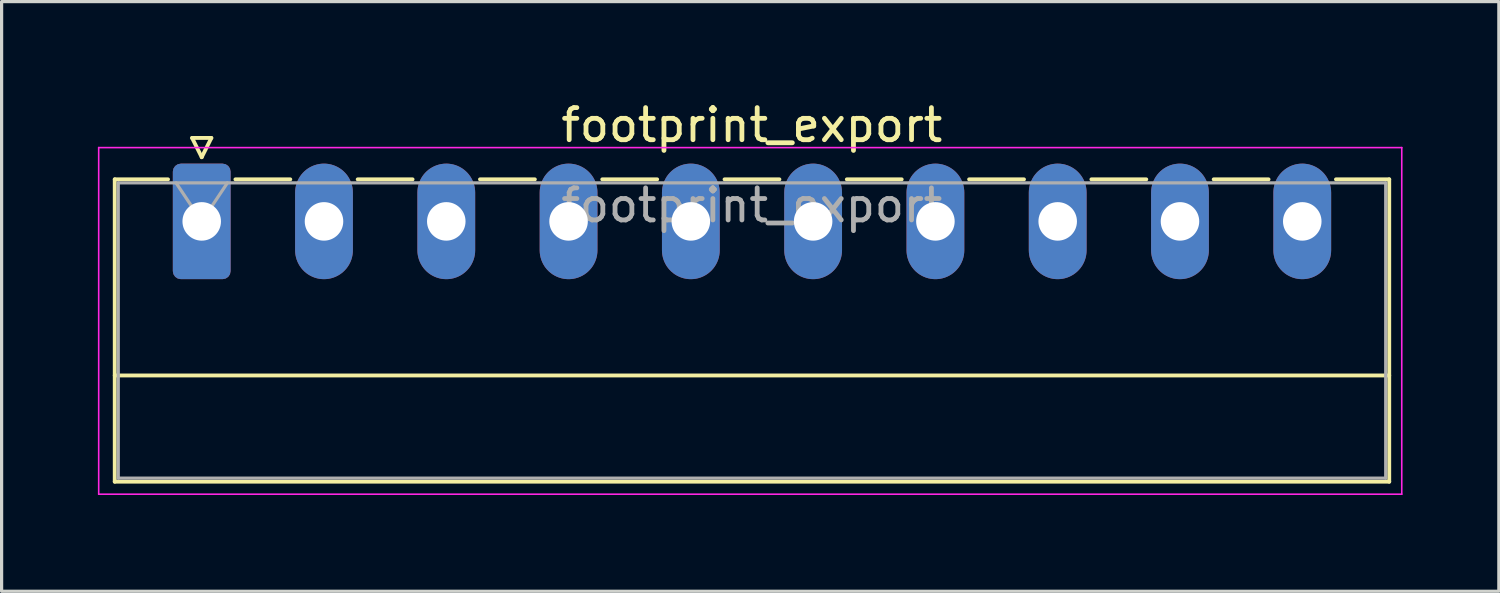
<source format=kicad_pcb>
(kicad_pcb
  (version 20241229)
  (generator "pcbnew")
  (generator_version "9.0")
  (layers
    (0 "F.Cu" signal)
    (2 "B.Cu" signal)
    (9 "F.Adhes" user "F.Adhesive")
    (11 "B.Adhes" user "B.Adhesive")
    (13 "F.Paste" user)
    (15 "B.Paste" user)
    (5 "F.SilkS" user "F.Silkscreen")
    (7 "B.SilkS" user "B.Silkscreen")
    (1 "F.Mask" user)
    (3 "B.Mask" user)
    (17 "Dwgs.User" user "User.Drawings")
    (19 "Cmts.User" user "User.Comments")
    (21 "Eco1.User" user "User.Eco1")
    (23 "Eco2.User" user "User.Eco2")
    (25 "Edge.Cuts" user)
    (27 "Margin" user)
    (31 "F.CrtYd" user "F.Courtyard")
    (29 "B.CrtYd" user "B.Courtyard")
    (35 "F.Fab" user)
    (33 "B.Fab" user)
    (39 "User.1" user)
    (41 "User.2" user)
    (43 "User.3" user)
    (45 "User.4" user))
  (footprint "footprint_export"
    (layer "F.Cu")
    (at 3.235 3.848)
    (property "Reference" "footprint_export" (at 17.14 -3 0) (layer "F.SilkS") (effects (font (size 1 1) (thickness 0.15))))
    (attr through_hole)
    (fp_line (start -2.71 -1.31) (end -2.71 8.11) (stroke (width 0.12) (type solid)) (layer "F.SilkS"))
    (fp_line (start -2.71 -1.31) (end -1.05 -1.31) (stroke (width 0.12) (type solid)) (layer "F.SilkS"))
    (fp_line (start -2.71 4.8) (end 37 4.8) (stroke (width 0.12) (type solid)) (layer "F.SilkS"))
    (fp_line (start -2.71 8.11) (end 37 8.11) (stroke (width 0.12) (type solid)) (layer "F.SilkS"))
    (fp_line (start -0.3 -2.6) (end 0.3 -2.6) (stroke (width 0.12) (type solid)) (layer "F.SilkS"))
    (fp_line (start 0 -2) (end -0.3 -2.6) (stroke (width 0.12) (type solid)) (layer "F.SilkS"))
    (fp_line (start 0.3 -2.6) (end 0 -2) (stroke (width 0.12) (type solid)) (layer "F.SilkS"))
    (fp_line (start 1.05 -1.31) (end 2.76 -1.31) (stroke (width 0.12) (type solid)) (layer "F.SilkS"))
    (fp_line (start 4.86 -1.31) (end 6.57 -1.31) (stroke (width 0.12) (type solid)) (layer "F.SilkS"))
    (fp_line (start 8.67 -1.31) (end 10.38 -1.31) (stroke (width 0.12) (type solid)) (layer "F.SilkS"))
    (fp_line (start 12.48 -1.31) (end 14.19 -1.31) (stroke (width 0.12) (type solid)) (layer "F.SilkS"))
    (fp_line (start 16.29 -1.31) (end 18 -1.31) (stroke (width 0.12) (type solid)) (layer "F.SilkS"))
    (fp_line (start 20.1 -1.31) (end 21.81 -1.31) (stroke (width 0.12) (type solid)) (layer "F.SilkS"))
    (fp_line (start 23.91 -1.31) (end 25.62 -1.31) (stroke (width 0.12) (type solid)) (layer "F.SilkS"))
    (fp_line (start 27.72 -1.31) (end 29.43 -1.31) (stroke (width 0.12) (type solid)) (layer "F.SilkS"))
    (fp_line (start 31.53 -1.31) (end 33.24 -1.31) (stroke (width 0.12) (type solid)) (layer "F.SilkS"))
    (fp_line (start 37 -1.31) (end 35.34 -1.31) (stroke (width 0.12) (type solid)) (layer "F.SilkS"))
    (fp_line (start 37 8.11) (end 37 -1.31) (stroke (width 0.12) (type solid)) (layer "F.SilkS"))
    (fp_line (start -3.21 -2.3) (end -3.21 8.5) (stroke (width 0.05) (type solid)) (layer "F.CrtYd"))
    (fp_line (start -3.21 8.5) (end 37.39 8.5) (stroke (width 0.05) (type solid)) (layer "F.CrtYd"))
    (fp_line (start 37.39 -2.3) (end -3.21 -2.3) (stroke (width 0.05) (type solid)) (layer "F.CrtYd"))
    (fp_line (start 37.39 8.5) (end 37.39 -2.3) (stroke (width 0.05) (type solid)) (layer "F.CrtYd"))
    (fp_line (start -2.6 -1.2) (end -2.6 8) (stroke (width 0.1) (type solid)) (layer "F.Fab"))
    (fp_line (start -2.6 8) (end 36.89 8) (stroke (width 0.1) (type solid)) (layer "F.Fab"))
    (fp_line (start 0 0) (end -0.8 -1.2) (stroke (width 0.1) (type solid)) (layer "F.Fab"))
    (fp_line (start 0.8 -1.2) (end 0 0) (stroke (width 0.1) (type solid)) (layer "F.Fab"))
    (fp_line (start 36.89 -1.2) (end -2.6 -1.2) (stroke (width 0.1) (type solid)) (layer "F.Fab"))
    (fp_line (start 36.89 8) (end 36.89 -1.2) (stroke (width 0.1) (type solid)) (layer "F.Fab"))
    (fp_text user "${REFERENCE}" (at 17.14 -0.5 0) (layer "F.Fab") (effects (font (size 1 1) (thickness 0.15))))
    (pad "1" thru_hole roundrect (at 0 0) (size 1.8 3.6) (drill 1.2) (layers "*.Cu" "*.Mask") (roundrect_rratio 0.139))
    (pad "2" thru_hole oval (at 3.81 0) (size 1.8 3.6) (drill 1.2) (layers "*.Cu" "*.Mask"))
    (pad "3" thru_hole oval (at 7.62 0) (size 1.8 3.6) (drill 1.2) (layers "*.Cu" "*.Mask"))
    (pad "4" thru_hole oval (at 11.43 0) (size 1.8 3.6) (drill 1.2) (layers "*.Cu" "*.Mask"))
    (pad "5" thru_hole oval (at 15.24 0) (size 1.8 3.6) (drill 1.2) (layers "*.Cu" "*.Mask"))
    (pad "6" thru_hole oval (at 19.05 0) (size 1.8 3.6) (drill 1.2) (layers "*.Cu" "*.Mask"))
    (pad "7" thru_hole oval (at 22.86 0) (size 1.8 3.6) (drill 1.2) (layers "*.Cu" "*.Mask"))
    (pad "8" thru_hole oval (at 26.67 0) (size 1.8 3.6) (drill 1.2) (layers "*.Cu" "*.Mask"))
    (pad "9" thru_hole oval (at 30.48 0) (size 1.8 3.6) (drill 1.2) (layers "*.Cu" "*.Mask"))
    (pad "10" thru_hole oval (at 34.29 0) (size 1.8 3.6) (drill 1.2) (layers "*.Cu" "*.Mask")))
  (gr_rect
    (start -3 -3)
    (end 43.65 15.373)
    (stroke (width 0.1) (type default))
    (fill no)
    (layer "Edge.Cuts")))
</source>
